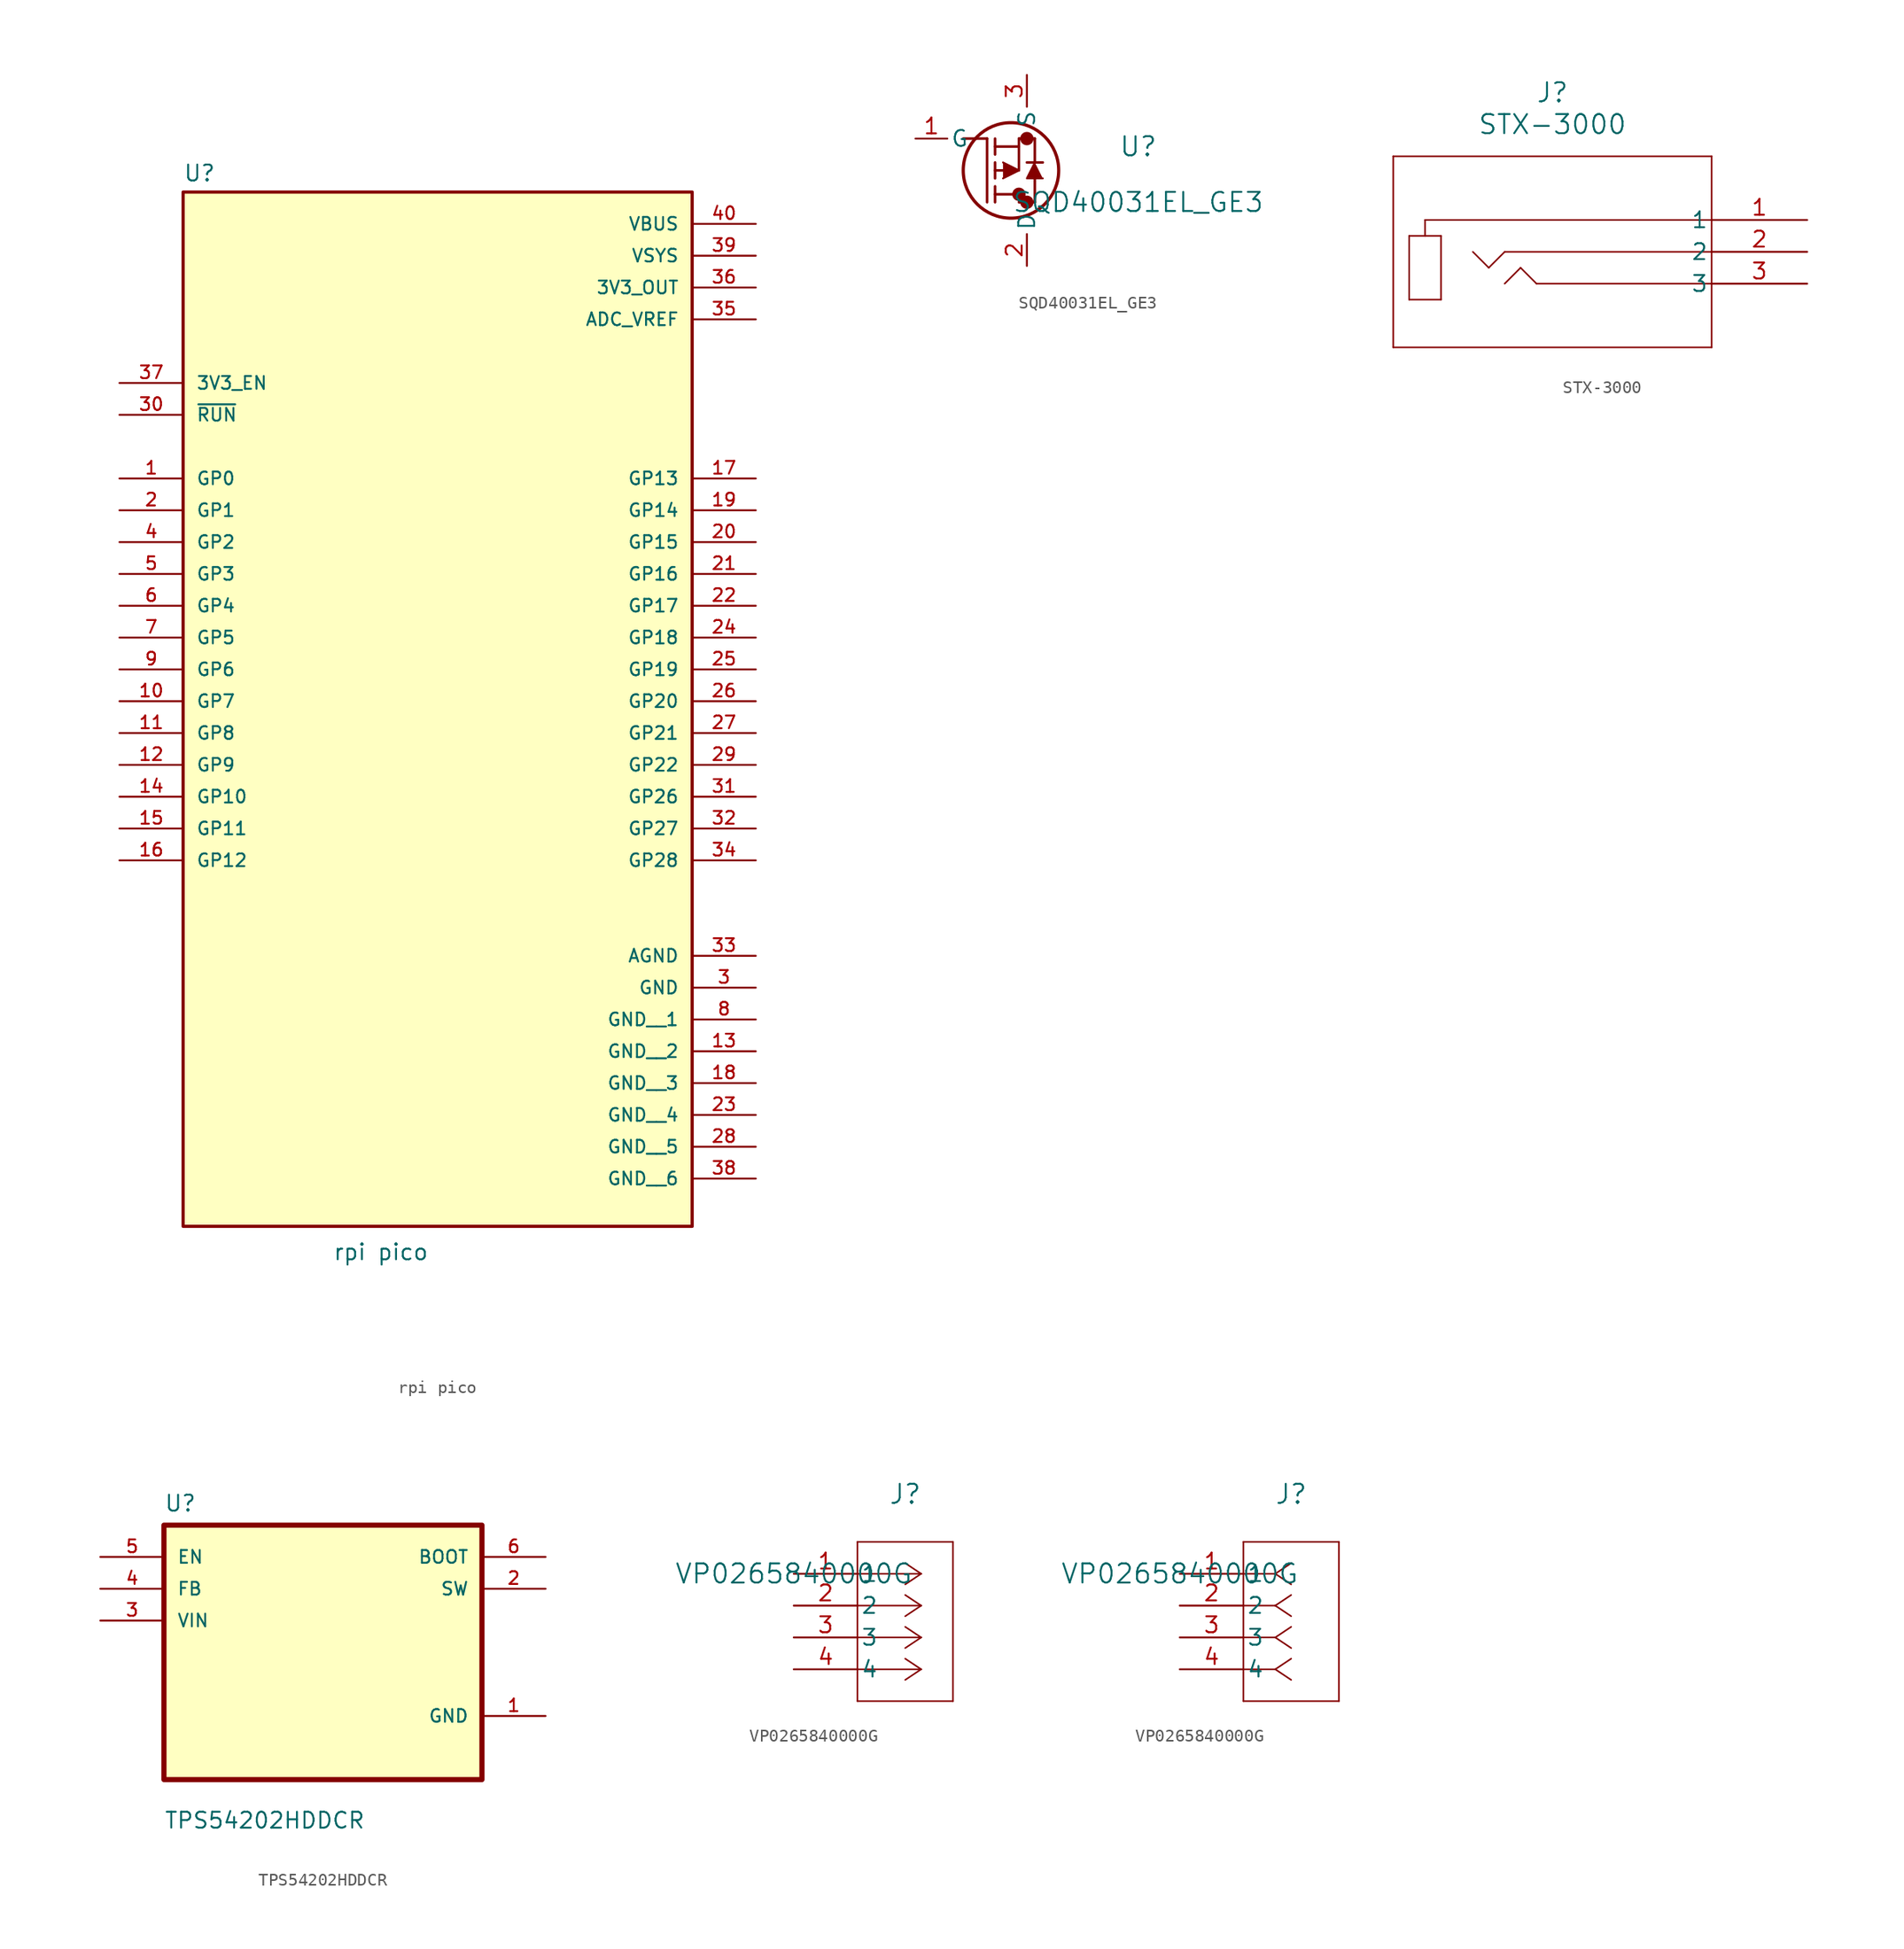
<source format=kicad_sym>
(kicad_symbol_lib
  (version 20241209)
  (generator "kicad_symbol_editor")
  (generator_version "9.0")
  (symbol "rpi pico"
    (pin_names
      (offset 1.016))
    (property "Reference" "U"
      (at -20.32 43.942 0)
      (effects (font (size 1.27 1.27)) (justify left bottom)))
    (property "Value" "rpi pico"
      (at -8.382 -42.164 0)
      (effects (font (size 1.27 1.27)) (justify left bottom)))
    (symbol "rpi pico_0_0"
      (rectangle (start -20.32 43.18) (end 20.32 -39.37) (stroke (width 0.254) (type default)) (fill (type background)))
      (pin input line (at -25.4 27.94 0) (length 5.08) (name "3V3_EN" (effects (font (size 1.016 1.016)))) (number "37" (effects (font (size 1.016 1.016)))))
      (pin input line (at -25.4 25.4 0) (length 5.08) (name "~{RUN}" (effects (font (size 1.016 1.016)))) (number "30" (effects (font (size 1.016 1.016)))))
      (pin bidirectional line (at -25.4 20.32 0) (length 5.08) (name "GP0" (effects (font (size 1.016 1.016)))) (number "1" (effects (font (size 1.016 1.016)))))
      (pin bidirectional line (at -25.4 17.78 0) (length 5.08) (name "GP1" (effects (font (size 1.016 1.016)))) (number "2" (effects (font (size 1.016 1.016)))))
      (pin bidirectional line (at -25.4 15.24 0) (length 5.08) (name "GP2" (effects (font (size 1.016 1.016)))) (number "4" (effects (font (size 1.016 1.016)))))
      (pin bidirectional line (at -25.4 12.7 0) (length 5.08) (name "GP3" (effects (font (size 1.016 1.016)))) (number "5" (effects (font (size 1.016 1.016)))))
      (pin bidirectional line (at -25.4 10.16 0) (length 5.08) (name "GP4" (effects (font (size 1.016 1.016)))) (number "6" (effects (font (size 1.016 1.016)))))
      (pin bidirectional line (at -25.4 7.62 0) (length 5.08) (name "GP5" (effects (font (size 1.016 1.016)))) (number "7" (effects (font (size 1.016 1.016)))))
      (pin bidirectional line (at -25.4 5.08 0) (length 5.08) (name "GP6" (effects (font (size 1.016 1.016)))) (number "9" (effects (font (size 1.016 1.016)))))
      (pin bidirectional line (at -25.4 2.54 0) (length 5.08) (name "GP7" (effects (font (size 1.016 1.016)))) (number "10" (effects (font (size 1.016 1.016)))))
      (pin bidirectional line (at -25.4 0 0) (length 5.08) (name "GP8" (effects (font (size 1.016 1.016)))) (number "11" (effects (font (size 1.016 1.016)))))
      (pin bidirectional line (at -25.4 -2.54 0) (length 5.08) (name "GP9" (effects (font (size 1.016 1.016)))) (number "12" (effects (font (size 1.016 1.016)))))
      (pin bidirectional line (at -25.4 -5.08 0) (length 5.08) (name "GP10" (effects (font (size 1.016 1.016)))) (number "14" (effects (font (size 1.016 1.016)))))
      (pin bidirectional line (at -25.4 -7.62 0) (length 5.08) (name "GP11" (effects (font (size 1.016 1.016)))) (number "15" (effects (font (size 1.016 1.016)))))
      (pin bidirectional line (at -25.4 -10.16 0) (length 5.08) (name "GP12" (effects (font (size 1.016 1.016)))) (number "16" (effects (font (size 1.016 1.016)))))
      (pin power_in line (at 25.4 40.64 180) (length 5.08) (name "VBUS" (effects (font (size 1.016 1.016)))) (number "40" (effects (font (size 1.016 1.016)))))
      (pin power_in line (at 25.4 38.1 180) (length 5.08) (name "VSYS" (effects (font (size 1.016 1.016)))) (number "39" (effects (font (size 1.016 1.016)))))
      (pin power_in line (at 25.4 35.56 180) (length 5.08) (name "3V3_OUT" (effects (font (size 1.016 1.016)))) (number "36" (effects (font (size 1.016 1.016)))))
      (pin power_in line (at 25.4 33.02 180) (length 5.08) (name "ADC_VREF" (effects (font (size 1.016 1.016)))) (number "35" (effects (font (size 1.016 1.016)))))
      (pin bidirectional line (at 25.4 20.32 180) (length 5.08) (name "GP13" (effects (font (size 1.016 1.016)))) (number "17" (effects (font (size 1.016 1.016)))))
      (pin bidirectional line (at 25.4 17.78 180) (length 5.08) (name "GP14" (effects (font (size 1.016 1.016)))) (number "19" (effects (font (size 1.016 1.016)))))
      (pin bidirectional line (at 25.4 15.24 180) (length 5.08) (name "GP15" (effects (font (size 1.016 1.016)))) (number "20" (effects (font (size 1.016 1.016)))))
      (pin bidirectional line (at 25.4 12.7 180) (length 5.08) (name "GP16" (effects (font (size 1.016 1.016)))) (number "21" (effects (font (size 1.016 1.016)))))
      (pin bidirectional line (at 25.4 10.16 180) (length 5.08) (name "GP17" (effects (font (size 1.016 1.016)))) (number "22" (effects (font (size 1.016 1.016)))))
      (pin bidirectional line (at 25.4 7.62 180) (length 5.08) (name "GP18" (effects (font (size 1.016 1.016)))) (number "24" (effects (font (size 1.016 1.016)))))
      (pin bidirectional line (at 25.4 5.08 180) (length 5.08) (name "GP19" (effects (font (size 1.016 1.016)))) (number "25" (effects (font (size 1.016 1.016)))))
      (pin bidirectional line (at 25.4 2.54 180) (length 5.08) (name "GP20" (effects (font (size 1.016 1.016)))) (number "26" (effects (font (size 1.016 1.016)))))
      (pin bidirectional line (at 25.4 0 180) (length 5.08) (name "GP21" (effects (font (size 1.016 1.016)))) (number "27" (effects (font (size 1.016 1.016)))))
      (pin bidirectional line (at 25.4 -2.54 180) (length 5.08) (name "GP22" (effects (font (size 1.016 1.016)))) (number "29" (effects (font (size 1.016 1.016)))))
      (pin bidirectional line (at 25.4 -5.08 180) (length 5.08) (name "GP26" (effects (font (size 1.016 1.016)))) (number "31" (effects (font (size 1.016 1.016)))))
      (pin bidirectional line (at 25.4 -7.62 180) (length 5.08) (name "GP27" (effects (font (size 1.016 1.016)))) (number "32" (effects (font (size 1.016 1.016)))))
      (pin bidirectional line (at 25.4 -10.16 180) (length 5.08) (name "GP28" (effects (font (size 1.016 1.016)))) (number "34" (effects (font (size 1.016 1.016)))))
      (pin power_in line (at 25.4 -17.78 180) (length 5.08) (name "AGND" (effects (font (size 1.016 1.016)))) (number "33" (effects (font (size 1.016 1.016)))))
      (pin power_in line (at 25.4 -20.32 180) (length 5.08) (name "GND" (effects (font (size 1.016 1.016)))) (number "3" (effects (font (size 1.016 1.016)))))
      (pin power_in line (at 25.4 -22.86 180) (length 5.08) (name "GND__1" (effects (font (size 1.016 1.016)))) (number "8" (effects (font (size 1.016 1.016)))))
      (pin power_in line (at 25.4 -25.4 180) (length 5.08) (name "GND__2" (effects (font (size 1.016 1.016)))) (number "13" (effects (font (size 1.016 1.016)))))
      (pin power_in line (at 25.4 -27.94 180) (length 5.08) (name "GND__3" (effects (font (size 1.016 1.016)))) (number "18" (effects (font (size 1.016 1.016)))))
      (pin power_in line (at 25.4 -30.48 180) (length 5.08) (name "GND__4" (effects (font (size 1.016 1.016)))) (number "23" (effects (font (size 1.016 1.016)))))
      (pin power_in line (at 25.4 -33.02 180) (length 5.08) (name "GND__5" (effects (font (size 1.016 1.016)))) (number "28" (effects (font (size 1.016 1.016)))))
      (pin power_in line (at 25.4 -35.56 180) (length 5.08) (name "GND__6" (effects (font (size 1.016 1.016)))) (number "38" (effects (font (size 1.016 1.016)))))))
  (symbol "SQD40031EL_GE3"
    (pin_names
      (offset 0.254))
    (property "Reference" "U"
      (at 16.51 -0.635 0)
      (effects (font (size 1.524 1.524))))
    (property "Value" "SQD40031EL_GE3"
      (at 16.51 -5.08 0)
      (effects (font (size 1.524 1.524))))
    (symbol "SQD40031EL_GE3_0_1"
      (polyline (pts (xy 2.54 0) (xy 4.445 0)) (stroke (width 0.203) (type default)) (fill (type none)))
      (polyline (pts (xy 4.445 -5.08) (xy 4.445 0)) (stroke (width 0.203) (type default)) (fill (type none)))
      (polyline (pts (xy 5.08 -0.635) (xy 6.985 -0.635)) (stroke (width 0.203) (type default)) (fill (type none)))
      (polyline (pts (xy 5.08 -1.27) (xy 5.08 0)) (stroke (width 0.203) (type default)) (fill (type none)))
      (polyline (pts (xy 5.08 -3.175) (xy 5.08 -1.905)) (stroke (width 0.203) (type default)) (fill (type none)))
      (polyline (pts (xy 5.08 -4.445) (xy 6.985 -4.445)) (stroke (width 0.203) (type default)) (fill (type none)))
      (polyline (pts (xy 5.08 -5.08) (xy 5.08 -3.81)) (stroke (width 0.203) (type default)) (fill (type none)))
      (polyline (pts (xy 5.715 -2.54) (xy 5.08 -2.54)) (stroke (width 0.203) (type default)) (fill (type none)))
      (polyline (pts (xy 5.715 -3.175) (xy 6.985 -2.54) (xy 5.715 -1.905)) (stroke (width 0) (type default)) (fill (type outline)))
      (circle (center 6.35 -2.54) (radius 3.81) (stroke (width 0.254) (type default)) (fill (type none)))
      (polyline (pts (xy 6.985 0) (xy 8.255 0)) (stroke (width 0.203) (type default)) (fill (type none)))
      (polyline (pts (xy 6.985 -0.635) (xy 6.985 0)) (stroke (width 0.203) (type default)) (fill (type none)))
      (polyline (pts (xy 6.985 -0.635) (xy 6.985 -2.54)) (stroke (width 0.203) (type default)) (fill (type none)))
      (polyline (pts (xy 6.985 -4.445) (xy 6.985 -5.08)) (stroke (width 0.127) (type default)) (fill (type none)))
      (circle (center 6.985 -4.445) (radius 0.025) (stroke (width 0.508) (type default)) (fill (type none)))
      (polyline (pts (xy 6.985 -5.08) (xy 8.255 -5.08)) (stroke (width 0.203) (type default)) (fill (type none)))
      (circle (center 7.62 0) (radius 0.025) (stroke (width 0.508) (type default)) (fill (type none)))
      (circle (center 7.62 -5.08) (radius 0.025) (stroke (width 0.508) (type default)) (fill (type none)))
      (polyline (pts (xy 8.255 -1.905) (xy 8.255 0)) (stroke (width 0.203) (type default)) (fill (type none)))
      (polyline (pts (xy 8.255 -5.08) (xy 8.255 -3.175)) (stroke (width 0.203) (type default)) (fill (type none)))
      (polyline (pts (xy 8.89 -1.905) (xy 7.62 -1.905)) (stroke (width 0.203) (type default)) (fill (type none)))
      (polyline (pts (xy 8.89 -3.175) (xy 7.62 -3.175) (xy 8.255 -1.905)) (stroke (width 0) (type default)) (fill (type outline)))
      (pin unspecified line (at -1.27 0 0) (length 2.54) (name "G" (effects (font (size 1.27 1.27)))) (number "1" (effects (font (size 1.27 1.27)))))
      (pin unspecified line (at 7.62 5.08 270) (length 2.54) (name "S" (effects (font (size 1.27 1.27)))) (number "3" (effects (font (size 1.27 1.27)))))
      (pin unspecified line (at 7.62 -10.16 90) (length 2.54) (name "D" (effects (font (size 1.27 1.27)))) (number "2" (effects (font (size 1.27 1.27)))))))
  (symbol "STX-3000"
    (pin_names
      (offset 0.254))
    (property "Reference" "J"
      (at -20.32 10.16 0)
      (effects (font (size 1.524 1.524))))
    (property "Value" "STX-3000"
      (at -20.32 7.62 0)
      (effects (font (size 1.524 1.524))))
    (symbol "STX-3000_0_1"
      (polyline (pts (xy -33.02 5.08) (xy -33.02 -10.16)) (stroke (width 0.127) (type default)) (fill (type none)))
      (polyline (pts (xy -33.02 -10.16) (xy -7.62 -10.16)) (stroke (width 0.127) (type default)) (fill (type none)))
      (polyline (pts (xy -31.75 -1.27) (xy -29.21 -1.27)) (stroke (width 0.127) (type default)) (fill (type none)))
      (polyline (pts (xy -31.75 -6.35) (xy -31.75 -1.27)) (stroke (width 0.127) (type default)) (fill (type none)))
      (polyline (pts (xy -30.48 0) (xy -30.48 -1.27)) (stroke (width 0.127) (type default)) (fill (type none)))
      (polyline (pts (xy -29.21 -1.27) (xy -29.21 -6.35)) (stroke (width 0.127) (type default)) (fill (type none)))
      (polyline (pts (xy -29.21 -6.35) (xy -31.75 -6.35)) (stroke (width 0.127) (type default)) (fill (type none)))
      (polyline (pts (xy -25.4 -3.81) (xy -26.67 -2.54)) (stroke (width 0.127) (type default)) (fill (type none)))
      (polyline (pts (xy -25.4 -3.81) (xy -24.13 -2.54)) (stroke (width 0.127) (type default)) (fill (type none)))
      (polyline (pts (xy -22.86 -3.81) (xy -24.13 -5.08)) (stroke (width 0.127) (type default)) (fill (type none)))
      (polyline (pts (xy -21.59 -5.08) (xy -22.86 -3.81)) (stroke (width 0.127) (type default)) (fill (type none)))
      (polyline (pts (xy -7.62 5.08) (xy -33.02 5.08)) (stroke (width 0.127) (type default)) (fill (type none)))
      (polyline (pts (xy -7.62 0) (xy -30.48 0)) (stroke (width 0.127) (type default)) (fill (type none)))
      (polyline (pts (xy -7.62 -2.54) (xy -24.13 -2.54)) (stroke (width 0.127) (type default)) (fill (type none)))
      (polyline (pts (xy -7.62 -5.08) (xy -21.59 -5.08)) (stroke (width 0.127) (type default)) (fill (type none)))
      (polyline (pts (xy -7.62 -10.16) (xy -7.62 5.08)) (stroke (width 0.127) (type default)) (fill (type none)))
      (pin unspecified line (at 0 0 180) (length 7.62) (name "1" (effects (font (size 1.27 1.27)))) (number "1" (effects (font (size 1.27 1.27)))))
      (pin unspecified line (at 0 -2.54 180) (length 7.62) (name "2" (effects (font (size 1.27 1.27)))) (number "2" (effects (font (size 1.27 1.27)))))
      (pin unspecified line (at 0 -5.08 180) (length 7.62) (name "3" (effects (font (size 1.27 1.27)))) (number "3" (effects (font (size 1.27 1.27)))))))
  (symbol "TPS54202HDDCR"
    (pin_names
      (offset 1.016))
    (property "Reference" "U"
      (at -12.7 11.16 0)
      (effects (font (size 1.27 1.27)) (justify left bottom)))
    (property "Value" "TPS54202HDDCR"
      (at -12.7 -14.16 0)
      (effects (font (size 1.27 1.27)) (justify left bottom)))
    (symbol "TPS54202HDDCR_0_0"
      (rectangle (start -12.7 -10.16) (end 12.7 10.16) (stroke (width 0.41) (type default)) (fill (type background)))
      (pin input line (at -17.78 7.62 0) (length 5.08) (name "EN" (effects (font (size 1.016 1.016)))) (number "5" (effects (font (size 1.016 1.016)))))
      (pin input line (at -17.78 5.08 0) (length 5.08) (name "FB" (effects (font (size 1.016 1.016)))) (number "4" (effects (font (size 1.016 1.016)))))
      (pin input line (at -17.78 2.54 0) (length 5.08) (name "VIN" (effects (font (size 1.016 1.016)))) (number "3" (effects (font (size 1.016 1.016)))))
      (pin output line (at 17.78 7.62 180) (length 5.08) (name "BOOT" (effects (font (size 1.016 1.016)))) (number "6" (effects (font (size 1.016 1.016)))))
      (pin output line (at 17.78 5.08 180) (length 5.08) (name "SW" (effects (font (size 1.016 1.016)))) (number "2" (effects (font (size 1.016 1.016)))))
      (pin power_in line (at 17.78 -5.08 180) (length 5.08) (name "GND" (effects (font (size 1.016 1.016)))) (number "1" (effects (font (size 1.016 1.016)))))))
  (symbol "VP0265840000G"
    (pin_names
      (offset 0.254))
    (property "Reference" "J"
      (at 8.89 6.35 0)
      (effects (font (size 1.524 1.524))))
    (property "Value" "VP0265840000G"
      (at 0 0 0)
      (effects (font (size 1.524 1.524))))
    (symbol "VP0265840000G_1_1"
      (polyline (pts (xy 5.08 2.54) (xy 5.08 -10.16)) (stroke (width 0.127) (type default)) (fill (type none)))
      (polyline (pts (xy 5.08 -10.16) (xy 12.7 -10.16)) (stroke (width 0.127) (type default)) (fill (type none)))
      (polyline (pts (xy 10.16 0) (xy 5.08 0)) (stroke (width 0.127) (type default)) (fill (type none)))
      (polyline (pts (xy 10.16 0) (xy 8.89 0.847)) (stroke (width 0.127) (type default)) (fill (type none)))
      (polyline (pts (xy 10.16 0) (xy 8.89 -0.847)) (stroke (width 0.127) (type default)) (fill (type none)))
      (polyline (pts (xy 10.16 -2.54) (xy 5.08 -2.54)) (stroke (width 0.127) (type default)) (fill (type none)))
      (polyline (pts (xy 10.16 -2.54) (xy 8.89 -1.693)) (stroke (width 0.127) (type default)) (fill (type none)))
      (polyline (pts (xy 10.16 -2.54) (xy 8.89 -3.387)) (stroke (width 0.127) (type default)) (fill (type none)))
      (polyline (pts (xy 10.16 -5.08) (xy 5.08 -5.08)) (stroke (width 0.127) (type default)) (fill (type none)))
      (polyline (pts (xy 10.16 -5.08) (xy 8.89 -4.233)) (stroke (width 0.127) (type default)) (fill (type none)))
      (polyline (pts (xy 10.16 -5.08) (xy 8.89 -5.927)) (stroke (width 0.127) (type default)) (fill (type none)))
      (polyline (pts (xy 10.16 -7.62) (xy 5.08 -7.62)) (stroke (width 0.127) (type default)) (fill (type none)))
      (polyline (pts (xy 10.16 -7.62) (xy 8.89 -6.773)) (stroke (width 0.127) (type default)) (fill (type none)))
      (polyline (pts (xy 10.16 -7.62) (xy 8.89 -8.467)) (stroke (width 0.127) (type default)) (fill (type none)))
      (polyline (pts (xy 12.7 2.54) (xy 5.08 2.54)) (stroke (width 0.127) (type default)) (fill (type none)))
      (polyline (pts (xy 12.7 -10.16) (xy 12.7 2.54)) (stroke (width 0.127) (type default)) (fill (type none)))
      (pin unspecified line (at 0 0 0) (length 5.08) (name "1" (effects (font (size 1.27 1.27)))) (number "1" (effects (font (size 1.27 1.27)))))
      (pin unspecified line (at 0 -2.54 0) (length 5.08) (name "2" (effects (font (size 1.27 1.27)))) (number "2" (effects (font (size 1.27 1.27)))))
      (pin unspecified line (at 0 -5.08 0) (length 5.08) (name "3" (effects (font (size 1.27 1.27)))) (number "3" (effects (font (size 1.27 1.27)))))
      (pin unspecified line (at 0 -7.62 0) (length 5.08) (name "4" (effects (font (size 1.27 1.27)))) (number "4" (effects (font (size 1.27 1.27))))))
    (symbol "VP0265840000G_1_2"
      (polyline (pts (xy 5.08 2.54) (xy 5.08 -10.16)) (stroke (width 0.127) (type default)) (fill (type none)))
      (polyline (pts (xy 5.08 -10.16) (xy 12.7 -10.16)) (stroke (width 0.127) (type default)) (fill (type none)))
      (polyline (pts (xy 7.62 0) (xy 5.08 0)) (stroke (width 0.127) (type default)) (fill (type none)))
      (polyline (pts (xy 7.62 0) (xy 8.89 0.847)) (stroke (width 0.127) (type default)) (fill (type none)))
      (polyline (pts (xy 7.62 0) (xy 8.89 -0.847)) (stroke (width 0.127) (type default)) (fill (type none)))
      (polyline (pts (xy 7.62 -2.54) (xy 5.08 -2.54)) (stroke (width 0.127) (type default)) (fill (type none)))
      (polyline (pts (xy 7.62 -2.54) (xy 8.89 -1.693)) (stroke (width 0.127) (type default)) (fill (type none)))
      (polyline (pts (xy 7.62 -2.54) (xy 8.89 -3.387)) (stroke (width 0.127) (type default)) (fill (type none)))
      (polyline (pts (xy 7.62 -5.08) (xy 5.08 -5.08)) (stroke (width 0.127) (type default)) (fill (type none)))
      (polyline (pts (xy 7.62 -5.08) (xy 8.89 -4.233)) (stroke (width 0.127) (type default)) (fill (type none)))
      (polyline (pts (xy 7.62 -5.08) (xy 8.89 -5.927)) (stroke (width 0.127) (type default)) (fill (type none)))
      (polyline (pts (xy 7.62 -7.62) (xy 5.08 -7.62)) (stroke (width 0.127) (type default)) (fill (type none)))
      (polyline (pts (xy 7.62 -7.62) (xy 8.89 -6.773)) (stroke (width 0.127) (type default)) (fill (type none)))
      (polyline (pts (xy 7.62 -7.62) (xy 8.89 -8.467)) (stroke (width 0.127) (type default)) (fill (type none)))
      (polyline (pts (xy 12.7 2.54) (xy 5.08 2.54)) (stroke (width 0.127) (type default)) (fill (type none)))
      (polyline (pts (xy 12.7 -10.16) (xy 12.7 2.54)) (stroke (width 0.127) (type default)) (fill (type none)))
      (pin unspecified line (at 0 0 0) (length 5.08) (name "1" (effects (font (size 1.27 1.27)))) (number "1" (effects (font (size 1.27 1.27)))))
      (pin unspecified line (at 0 -2.54 0) (length 5.08) (name "2" (effects (font (size 1.27 1.27)))) (number "2" (effects (font (size 1.27 1.27)))))
      (pin unspecified line (at 0 -5.08 0) (length 5.08) (name "3" (effects (font (size 1.27 1.27)))) (number "3" (effects (font (size 1.27 1.27)))))
      (pin unspecified line (at 0 -7.62 0) (length 5.08) (name "4" (effects (font (size 1.27 1.27)))) (number "4" (effects (font (size 1.27 1.27))))))))
</source>
